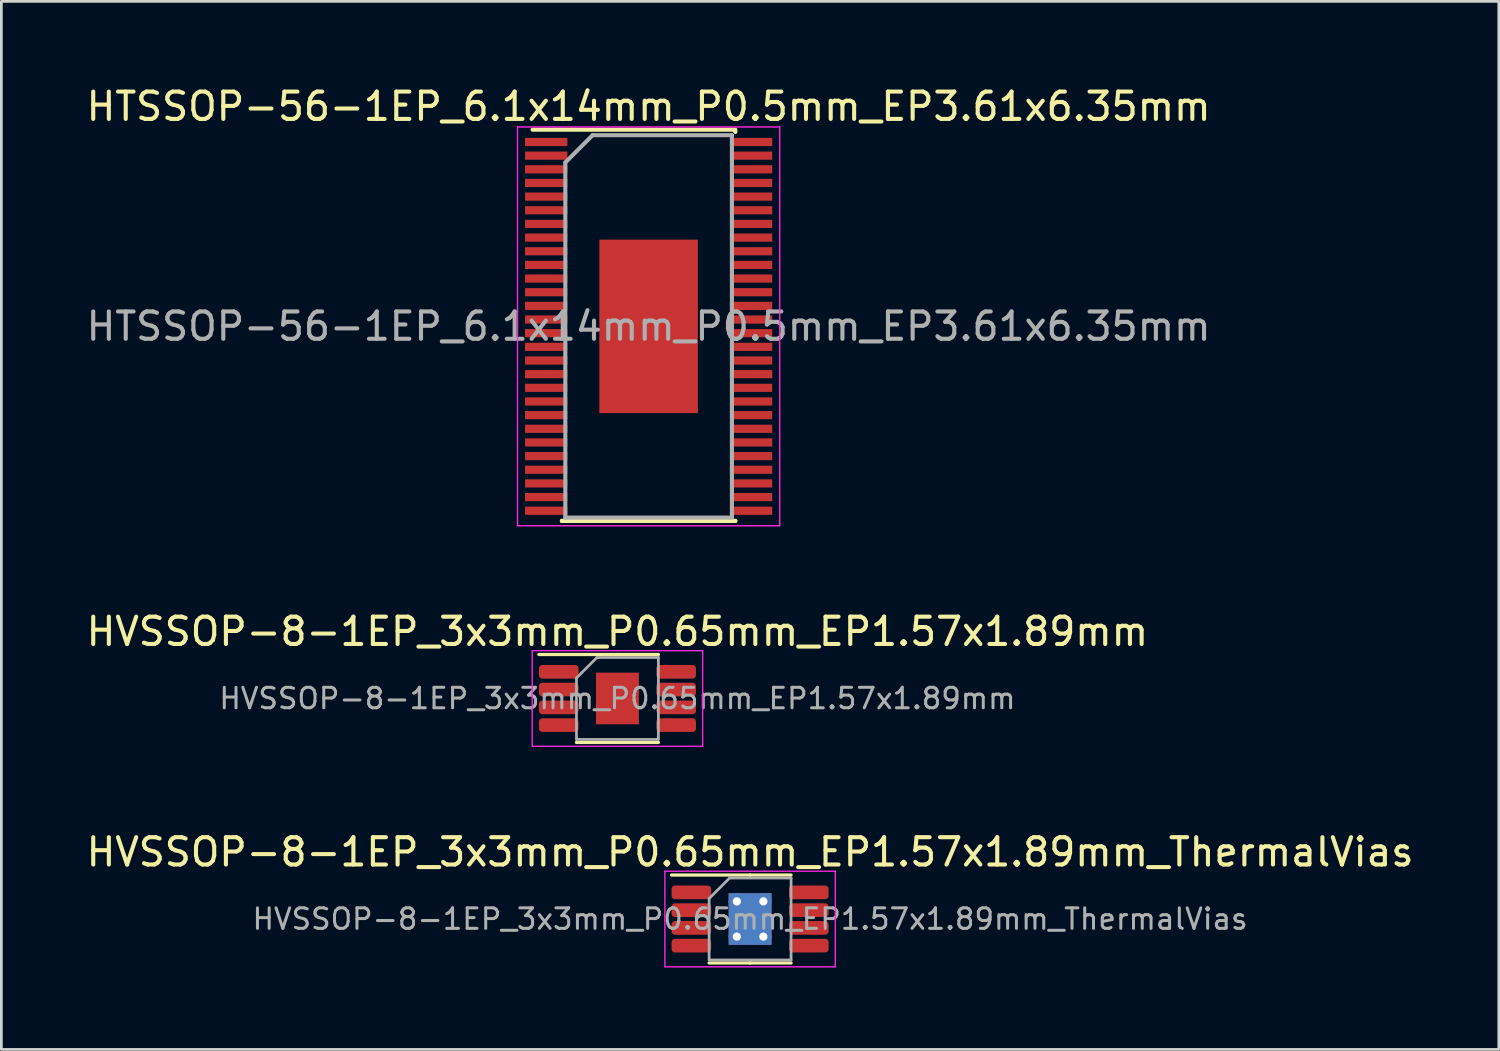
<source format=kicad_pcb>
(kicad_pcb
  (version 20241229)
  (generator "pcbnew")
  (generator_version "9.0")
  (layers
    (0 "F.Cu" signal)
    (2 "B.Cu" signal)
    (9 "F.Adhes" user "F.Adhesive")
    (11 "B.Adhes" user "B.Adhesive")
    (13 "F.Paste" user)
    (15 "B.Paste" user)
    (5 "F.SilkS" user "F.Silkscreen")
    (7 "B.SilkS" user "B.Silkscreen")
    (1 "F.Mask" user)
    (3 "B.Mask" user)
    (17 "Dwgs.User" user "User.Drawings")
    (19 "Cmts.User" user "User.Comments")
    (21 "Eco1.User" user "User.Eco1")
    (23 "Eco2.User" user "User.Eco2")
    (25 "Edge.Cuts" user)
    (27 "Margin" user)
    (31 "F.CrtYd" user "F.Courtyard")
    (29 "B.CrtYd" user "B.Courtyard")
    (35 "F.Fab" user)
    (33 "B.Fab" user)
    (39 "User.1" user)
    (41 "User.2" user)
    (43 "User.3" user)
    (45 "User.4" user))
  (footprint "HVSSOP-8-1EP_3x3mm_P0.65mm_EP1.57x1.89mm_ThermalVias"
    (layer "F.Cu")
    (at 24.411 30.595)
    (property "Reference" "HVSSOP-8-1EP_3x3mm_P0.65mm_EP1.57x1.89mm_ThermalVias" (at 0 -2.45 0) (layer "F.SilkS") (effects (font (size 1 1) (thickness 0.15))))
    (attr smd)
    (fp_line (start 0 -1.61) (end -2.875 -1.61) (stroke (width 0.12) (type solid)) (layer "F.SilkS"))
    (fp_line (start 0 -1.61) (end 1.5 -1.61) (stroke (width 0.12) (type solid)) (layer "F.SilkS"))
    (fp_line (start 0 1.61) (end -1.5 1.61) (stroke (width 0.12) (type solid)) (layer "F.SilkS"))
    (fp_line (start 0 1.61) (end 1.5 1.61) (stroke (width 0.12) (type solid)) (layer "F.SilkS"))
    (fp_line (start -3.12 -1.75) (end -3.12 1.75) (stroke (width 0.05) (type solid)) (layer "F.CrtYd"))
    (fp_line (start -3.12 1.75) (end 3.12 1.75) (stroke (width 0.05) (type solid)) (layer "F.CrtYd"))
    (fp_line (start 3.12 -1.75) (end -3.12 -1.75) (stroke (width 0.05) (type solid)) (layer "F.CrtYd"))
    (fp_line (start 3.12 1.75) (end 3.12 -1.75) (stroke (width 0.05) (type solid)) (layer "F.CrtYd"))
    (fp_line (start -1.5 -0.75) (end -0.75 -1.5) (stroke (width 0.1) (type solid)) (layer "F.Fab"))
    (fp_line (start -1.5 1.5) (end -1.5 -0.75) (stroke (width 0.1) (type solid)) (layer "F.Fab"))
    (fp_line (start -0.75 -1.5) (end 1.5 -1.5) (stroke (width 0.1) (type solid)) (layer "F.Fab"))
    (fp_line (start 1.5 -1.5) (end 1.5 1.5) (stroke (width 0.1) (type solid)) (layer "F.Fab"))
    (fp_line (start 1.5 1.5) (end -1.5 1.5) (stroke (width 0.1) (type solid)) (layer "F.Fab"))
    (fp_text user "${REFERENCE}" (at 0 0 0) (layer "F.Fab") (effects (font (size 0.75 0.75) (thickness 0.11))))
    (pad "" smd roundrect (at -0.39 -0.47) (size 0.63 0.76) (layers "F.Paste") (roundrect_rratio 0.25))
    (pad "" smd roundrect (at -0.39 0.47) (size 0.63 0.76) (layers "F.Paste") (roundrect_rratio 0.25))
    (pad "" smd roundrect (at 0.39 -0.47) (size 0.63 0.76) (layers "F.Paste") (roundrect_rratio 0.25))
    (pad "" smd roundrect (at 0.39 0.47) (size 0.63 0.76) (layers "F.Paste") (roundrect_rratio 0.25))
    (pad "1" smd roundrect (at -2.15 -0.975) (size 1.45 0.5) (layers "F.Cu" "F.Mask" "F.Paste") (roundrect_rratio 0.25))
    (pad "2" smd roundrect (at -2.15 -0.325) (size 1.45 0.5) (layers "F.Cu" "F.Mask" "F.Paste") (roundrect_rratio 0.25))
    (pad "3" smd roundrect (at -2.15 0.325) (size 1.45 0.5) (layers "F.Cu" "F.Mask" "F.Paste") (roundrect_rratio 0.25))
    (pad "4" smd roundrect (at -2.15 0.975) (size 1.45 0.5) (layers "F.Cu" "F.Mask" "F.Paste") (roundrect_rratio 0.25))
    (pad "5" smd roundrect (at 2.15 0.975) (size 1.45 0.5) (layers "F.Cu" "F.Mask" "F.Paste") (roundrect_rratio 0.25))
    (pad "6" smd roundrect (at 2.15 0.325) (size 1.45 0.5) (layers "F.Cu" "F.Mask" "F.Paste") (roundrect_rratio 0.25))
    (pad "7" smd roundrect (at 2.15 -0.325) (size 1.45 0.5) (layers "F.Cu" "F.Mask" "F.Paste") (roundrect_rratio 0.25))
    (pad "8" smd roundrect (at 2.15 -0.975) (size 1.45 0.5) (layers "F.Cu" "F.Mask" "F.Paste") (roundrect_rratio 0.25))
    (pad "9" thru_hole circle (at -0.485 -0.645) (size 0.6 0.6) (drill 0.3) (layers "*.Cu"))
    (pad "9" thru_hole circle (at -0.485 0.645) (size 0.6 0.6) (drill 0.3) (layers "*.Cu"))
    (pad "9" smd rect (at 0 0) (size 1.57 1.89) (layers "F.Cu" "F.Mask"))
    (pad "9" smd rect (at 0 0) (size 1.57 1.89) (layers "B.Cu"))
    (pad "9" thru_hole circle (at 0.485 -0.645) (size 0.6 0.6) (drill 0.3) (layers "*.Cu"))
    (pad "9" thru_hole circle (at 0.485 0.645) (size 0.6 0.6) (drill 0.3) (layers "*.Cu")))
  (footprint "HTSSOP-56-1EP_6.1x14mm_P0.5mm_EP3.61x6.35mm"
    (layer "F.Cu")
    (at 20.696 8.898)
    (property "Reference" "HTSSOP-56-1EP_6.1x14mm_P0.5mm_EP3.61x6.35mm" (at 0 -8.05 0) (layer "F.SilkS") (effects (font (size 1 1) (thickness 0.15))))
    (attr smd)
    (fp_line (start -4.25 -7.2) (end 3.175 -7.2) (stroke (width 0.15) (type solid)) (layer "F.SilkS"))
    (fp_line (start -3.175 7.125) (end -3.175 7.117) (stroke (width 0.15) (type solid)) (layer "F.SilkS"))
    (fp_line (start -3.175 7.125) (end 3.175 7.125) (stroke (width 0.15) (type solid)) (layer "F.SilkS"))
    (fp_line (start 3.175 -7.125) (end 3.175 -7.117) (stroke (width 0.15) (type solid)) (layer "F.SilkS"))
    (fp_line (start 3.175 7.125) (end 3.175 7.117) (stroke (width 0.15) (type solid)) (layer "F.SilkS"))
    (fp_line (start -4.8 -7.3) (end -4.8 7.3) (stroke (width 0.05) (type solid)) (layer "F.CrtYd"))
    (fp_line (start -4.8 -7.3) (end 4.8 -7.3) (stroke (width 0.05) (type solid)) (layer "F.CrtYd"))
    (fp_line (start -4.8 7.3) (end 4.8 7.3) (stroke (width 0.05) (type solid)) (layer "F.CrtYd"))
    (fp_line (start 4.8 -7.3) (end 4.8 7.3) (stroke (width 0.05) (type solid)) (layer "F.CrtYd"))
    (fp_line (start -3.05 -6) (end -2.05 -7) (stroke (width 0.15) (type solid)) (layer "F.Fab"))
    (fp_line (start -3.05 7) (end -3.05 -6) (stroke (width 0.15) (type solid)) (layer "F.Fab"))
    (fp_line (start -2.05 -7) (end 3.05 -7) (stroke (width 0.15) (type solid)) (layer "F.Fab"))
    (fp_line (start 3.05 -7) (end 3.05 7) (stroke (width 0.15) (type solid)) (layer "F.Fab"))
    (fp_line (start 3.05 7) (end -3.05 7) (stroke (width 0.15) (type solid)) (layer "F.Fab"))
    (fp_text user "${REFERENCE}" (at 0 0 0) (layer "F.Fab") (effects (font (size 1 1) (thickness 0.15))))
    (pad "" smd rect (at -1.203 -2.54) (size 0.96 1.03) (layers "F.Paste"))
    (pad "" smd rect (at -1.203 -1.27) (size 0.96 1.03) (layers "F.Paste"))
    (pad "" smd rect (at -1.203 0) (size 0.96 1.03) (layers "F.Paste"))
    (pad "" smd rect (at -1.203 1.27) (size 0.96 1.03) (layers "F.Paste"))
    (pad "" smd rect (at -1.203 2.54) (size 0.96 1.03) (layers "F.Paste"))
    (pad "" smd rect (at 0 -2.54) (size 0.96 1.03) (layers "F.Paste"))
    (pad "" smd rect (at 0 -1.27) (size 0.96 1.03) (layers "F.Paste"))
    (pad "" smd rect (at 0 0) (size 0.96 1.03) (layers "F.Paste"))
    (pad "" smd rect (at 0 1.27) (size 0.96 1.03) (layers "F.Paste"))
    (pad "" smd rect (at 0 2.54) (size 0.96 1.03) (layers "F.Paste"))
    (pad "" smd rect (at 1.203 -2.54) (size 0.96 1.03) (layers "F.Paste"))
    (pad "" smd rect (at 1.203 -1.27) (size 0.96 1.03) (layers "F.Paste"))
    (pad "" smd rect (at 1.203 0) (size 0.96 1.03) (layers "F.Paste"))
    (pad "" smd rect (at 1.203 1.27) (size 0.96 1.03) (layers "F.Paste"))
    (pad "" smd rect (at 1.203 2.54) (size 0.96 1.03) (layers "F.Paste"))
    (pad "1" smd rect (at -3.75 -6.75) (size 1.55 0.3) (layers "F.Cu" "F.Mask" "F.Paste"))
    (pad "2" smd rect (at -3.75 -6.25) (size 1.55 0.3) (layers "F.Cu" "F.Mask" "F.Paste"))
    (pad "3" smd rect (at -3.75 -5.75) (size 1.55 0.3) (layers "F.Cu" "F.Mask" "F.Paste"))
    (pad "4" smd rect (at -3.75 -5.25) (size 1.55 0.3) (layers "F.Cu" "F.Mask" "F.Paste"))
    (pad "5" smd rect (at -3.75 -4.75) (size 1.55 0.3) (layers "F.Cu" "F.Mask" "F.Paste"))
    (pad "6" smd rect (at -3.75 -4.25) (size 1.55 0.3) (layers "F.Cu" "F.Mask" "F.Paste"))
    (pad "7" smd rect (at -3.75 -3.75) (size 1.55 0.3) (layers "F.Cu" "F.Mask" "F.Paste"))
    (pad "8" smd rect (at -3.75 -3.25) (size 1.55 0.3) (layers "F.Cu" "F.Mask" "F.Paste"))
    (pad "9" smd rect (at -3.75 -2.75) (size 1.55 0.3) (layers "F.Cu" "F.Mask" "F.Paste"))
    (pad "10" smd rect (at -3.75 -2.25) (size 1.55 0.3) (layers "F.Cu" "F.Mask" "F.Paste"))
    (pad "11" smd rect (at -3.75 -1.75) (size 1.55 0.3) (layers "F.Cu" "F.Mask" "F.Paste"))
    (pad "12" smd rect (at -3.75 -1.25) (size 1.55 0.3) (layers "F.Cu" "F.Mask" "F.Paste"))
    (pad "13" smd rect (at -3.75 -0.75) (size 1.55 0.3) (layers "F.Cu" "F.Mask" "F.Paste"))
    (pad "14" smd rect (at -3.75 -0.25) (size 1.55 0.3) (layers "F.Cu" "F.Mask" "F.Paste"))
    (pad "15" smd rect (at -3.75 0.25) (size 1.55 0.3) (layers "F.Cu" "F.Mask" "F.Paste"))
    (pad "16" smd rect (at -3.75 0.75) (size 1.55 0.3) (layers "F.Cu" "F.Mask" "F.Paste"))
    (pad "17" smd rect (at -3.75 1.25) (size 1.55 0.3) (layers "F.Cu" "F.Mask" "F.Paste"))
    (pad "18" smd rect (at -3.75 1.75) (size 1.55 0.3) (layers "F.Cu" "F.Mask" "F.Paste"))
    (pad "19" smd rect (at -3.75 2.25) (size 1.55 0.3) (layers "F.Cu" "F.Mask" "F.Paste"))
    (pad "20" smd rect (at -3.75 2.75) (size 1.55 0.3) (layers "F.Cu" "F.Mask" "F.Paste"))
    (pad "21" smd rect (at -3.75 3.25) (size 1.55 0.3) (layers "F.Cu" "F.Mask" "F.Paste"))
    (pad "22" smd rect (at -3.75 3.75) (size 1.55 0.3) (layers "F.Cu" "F.Mask" "F.Paste"))
    (pad "23" smd rect (at -3.75 4.25) (size 1.55 0.3) (layers "F.Cu" "F.Mask" "F.Paste"))
    (pad "24" smd rect (at -3.75 4.75) (size 1.55 0.3) (layers "F.Cu" "F.Mask" "F.Paste"))
    (pad "25" smd rect (at -3.75 5.25) (size 1.55 0.3) (layers "F.Cu" "F.Mask" "F.Paste"))
    (pad "26" smd rect (at -3.75 5.75) (size 1.55 0.3) (layers "F.Cu" "F.Mask" "F.Paste"))
    (pad "27" smd rect (at -3.75 6.25) (size 1.55 0.3) (layers "F.Cu" "F.Mask" "F.Paste"))
    (pad "28" smd rect (at -3.75 6.75) (size 1.55 0.3) (layers "F.Cu" "F.Mask" "F.Paste"))
    (pad "29" smd rect (at 3.75 6.75) (size 1.55 0.3) (layers "F.Cu" "F.Mask" "F.Paste"))
    (pad "30" smd rect (at 3.75 6.25) (size 1.55 0.3) (layers "F.Cu" "F.Mask" "F.Paste"))
    (pad "31" smd rect (at 3.75 5.75) (size 1.55 0.3) (layers "F.Cu" "F.Mask" "F.Paste"))
    (pad "32" smd rect (at 3.75 5.25) (size 1.55 0.3) (layers "F.Cu" "F.Mask" "F.Paste"))
    (pad "33" smd rect (at 3.75 4.75) (size 1.55 0.3) (layers "F.Cu" "F.Mask" "F.Paste"))
    (pad "34" smd rect (at 3.75 4.25) (size 1.55 0.3) (layers "F.Cu" "F.Mask" "F.Paste"))
    (pad "35" smd rect (at 3.75 3.75) (size 1.55 0.3) (layers "F.Cu" "F.Mask" "F.Paste"))
    (pad "36" smd rect (at 3.75 3.25) (size 1.55 0.3) (layers "F.Cu" "F.Mask" "F.Paste"))
    (pad "37" smd rect (at 3.75 2.75) (size 1.55 0.3) (layers "F.Cu" "F.Mask" "F.Paste"))
    (pad "38" smd rect (at 3.75 2.25) (size 1.55 0.3) (layers "F.Cu" "F.Mask" "F.Paste"))
    (pad "39" smd rect (at 3.75 1.75) (size 1.55 0.3) (layers "F.Cu" "F.Mask" "F.Paste"))
    (pad "40" smd rect (at 3.75 1.25) (size 1.55 0.3) (layers "F.Cu" "F.Mask" "F.Paste"))
    (pad "41" smd rect (at 3.75 0.75) (size 1.55 0.3) (layers "F.Cu" "F.Mask" "F.Paste"))
    (pad "42" smd rect (at 3.75 0.25) (size 1.55 0.3) (layers "F.Cu" "F.Mask" "F.Paste"))
    (pad "43" smd rect (at 3.75 -0.25) (size 1.55 0.3) (layers "F.Cu" "F.Mask" "F.Paste"))
    (pad "44" smd rect (at 3.75 -0.75) (size 1.55 0.3) (layers "F.Cu" "F.Mask" "F.Paste"))
    (pad "45" smd rect (at 3.75 -1.25) (size 1.55 0.3) (layers "F.Cu" "F.Mask" "F.Paste"))
    (pad "46" smd rect (at 3.75 -1.75) (size 1.55 0.3) (layers "F.Cu" "F.Mask" "F.Paste"))
    (pad "47" smd rect (at 3.75 -2.25) (size 1.55 0.3) (layers "F.Cu" "F.Mask" "F.Paste"))
    (pad "48" smd rect (at 3.75 -2.75) (size 1.55 0.3) (layers "F.Cu" "F.Mask" "F.Paste"))
    (pad "49" smd rect (at 3.75 -3.25) (size 1.55 0.3) (layers "F.Cu" "F.Mask" "F.Paste"))
    (pad "50" smd rect (at 3.75 -3.75) (size 1.55 0.3) (layers "F.Cu" "F.Mask" "F.Paste"))
    (pad "51" smd rect (at 3.75 -4.25) (size 1.55 0.3) (layers "F.Cu" "F.Mask" "F.Paste"))
    (pad "52" smd rect (at 3.75 -4.75) (size 1.55 0.3) (layers "F.Cu" "F.Mask" "F.Paste"))
    (pad "53" smd rect (at 3.75 -5.25) (size 1.55 0.3) (layers "F.Cu" "F.Mask" "F.Paste"))
    (pad "54" smd rect (at 3.75 -5.75) (size 1.55 0.3) (layers "F.Cu" "F.Mask" "F.Paste"))
    (pad "55" smd rect (at 3.75 -6.25) (size 1.55 0.3) (layers "F.Cu" "F.Mask" "F.Paste"))
    (pad "56" smd rect (at 3.75 -6.75) (size 1.55 0.3) (layers "F.Cu" "F.Mask" "F.Paste"))
    (pad "57" smd rect (at 0 0) (size 3.61 6.35) (layers "F.Cu" "F.Mask")))
  (footprint "HVSSOP-8-1EP_3x3mm_P0.65mm_EP1.57x1.89mm"
    (layer "F.Cu")
    (at 19.554 22.521)
    (property "Reference" "HVSSOP-8-1EP_3x3mm_P0.65mm_EP1.57x1.89mm" (at 0 -2.45 0) (layer "F.SilkS") (effects (font (size 1 1) (thickness 0.15))))
    (attr smd)
    (fp_line (start 0 -1.61) (end -2.875 -1.61) (stroke (width 0.12) (type solid)) (layer "F.SilkS"))
    (fp_line (start 0 -1.61) (end 1.5 -1.61) (stroke (width 0.12) (type solid)) (layer "F.SilkS"))
    (fp_line (start 0 1.61) (end -1.5 1.61) (stroke (width 0.12) (type solid)) (layer "F.SilkS"))
    (fp_line (start 0 1.61) (end 1.5 1.61) (stroke (width 0.12) (type solid)) (layer "F.SilkS"))
    (fp_line (start -3.12 -1.75) (end -3.12 1.75) (stroke (width 0.05) (type solid)) (layer "F.CrtYd"))
    (fp_line (start -3.12 1.75) (end 3.12 1.75) (stroke (width 0.05) (type solid)) (layer "F.CrtYd"))
    (fp_line (start 3.12 -1.75) (end -3.12 -1.75) (stroke (width 0.05) (type solid)) (layer "F.CrtYd"))
    (fp_line (start 3.12 1.75) (end 3.12 -1.75) (stroke (width 0.05) (type solid)) (layer "F.CrtYd"))
    (fp_line (start -1.5 -0.75) (end -0.75 -1.5) (stroke (width 0.1) (type solid)) (layer "F.Fab"))
    (fp_line (start -1.5 1.5) (end -1.5 -0.75) (stroke (width 0.1) (type solid)) (layer "F.Fab"))
    (fp_line (start -0.75 -1.5) (end 1.5 -1.5) (stroke (width 0.1) (type solid)) (layer "F.Fab"))
    (fp_line (start 1.5 -1.5) (end 1.5 1.5) (stroke (width 0.1) (type solid)) (layer "F.Fab"))
    (fp_line (start 1.5 1.5) (end -1.5 1.5) (stroke (width 0.1) (type solid)) (layer "F.Fab"))
    (fp_text user "${REFERENCE}" (at 0 0 0) (layer "F.Fab") (effects (font (size 0.75 0.75) (thickness 0.11))))
    (pad "" smd roundrect (at -0.39 -0.47) (size 0.63 0.76) (layers "F.Paste") (roundrect_rratio 0.25))
    (pad "" smd roundrect (at -0.39 0.47) (size 0.63 0.76) (layers "F.Paste") (roundrect_rratio 0.25))
    (pad "" smd roundrect (at 0.39 -0.47) (size 0.63 0.76) (layers "F.Paste") (roundrect_rratio 0.25))
    (pad "" smd roundrect (at 0.39 0.47) (size 0.63 0.76) (layers "F.Paste") (roundrect_rratio 0.25))
    (pad "1" smd roundrect (at -2.15 -0.975) (size 1.45 0.5) (layers "F.Cu" "F.Mask" "F.Paste") (roundrect_rratio 0.25))
    (pad "2" smd roundrect (at -2.15 -0.325) (size 1.45 0.5) (layers "F.Cu" "F.Mask" "F.Paste") (roundrect_rratio 0.25))
    (pad "3" smd roundrect (at -2.15 0.325) (size 1.45 0.5) (layers "F.Cu" "F.Mask" "F.Paste") (roundrect_rratio 0.25))
    (pad "4" smd roundrect (at -2.15 0.975) (size 1.45 0.5) (layers "F.Cu" "F.Mask" "F.Paste") (roundrect_rratio 0.25))
    (pad "5" smd roundrect (at 2.15 0.975) (size 1.45 0.5) (layers "F.Cu" "F.Mask" "F.Paste") (roundrect_rratio 0.25))
    (pad "6" smd roundrect (at 2.15 0.325) (size 1.45 0.5) (layers "F.Cu" "F.Mask" "F.Paste") (roundrect_rratio 0.25))
    (pad "7" smd roundrect (at 2.15 -0.325) (size 1.45 0.5) (layers "F.Cu" "F.Mask" "F.Paste") (roundrect_rratio 0.25))
    (pad "8" smd roundrect (at 2.15 -0.975) (size 1.45 0.5) (layers "F.Cu" "F.Mask" "F.Paste") (roundrect_rratio 0.25))
    (pad "9" smd rect (at 0 0) (size 1.57 1.89) (layers "F.Cu" "F.Mask")))
  (gr_rect
    (start -3 -3)
    (end 51.821 35.37)
    (stroke (width 0.1) (type default))
    (fill no)
    (layer "Edge.Cuts")))
</source>
